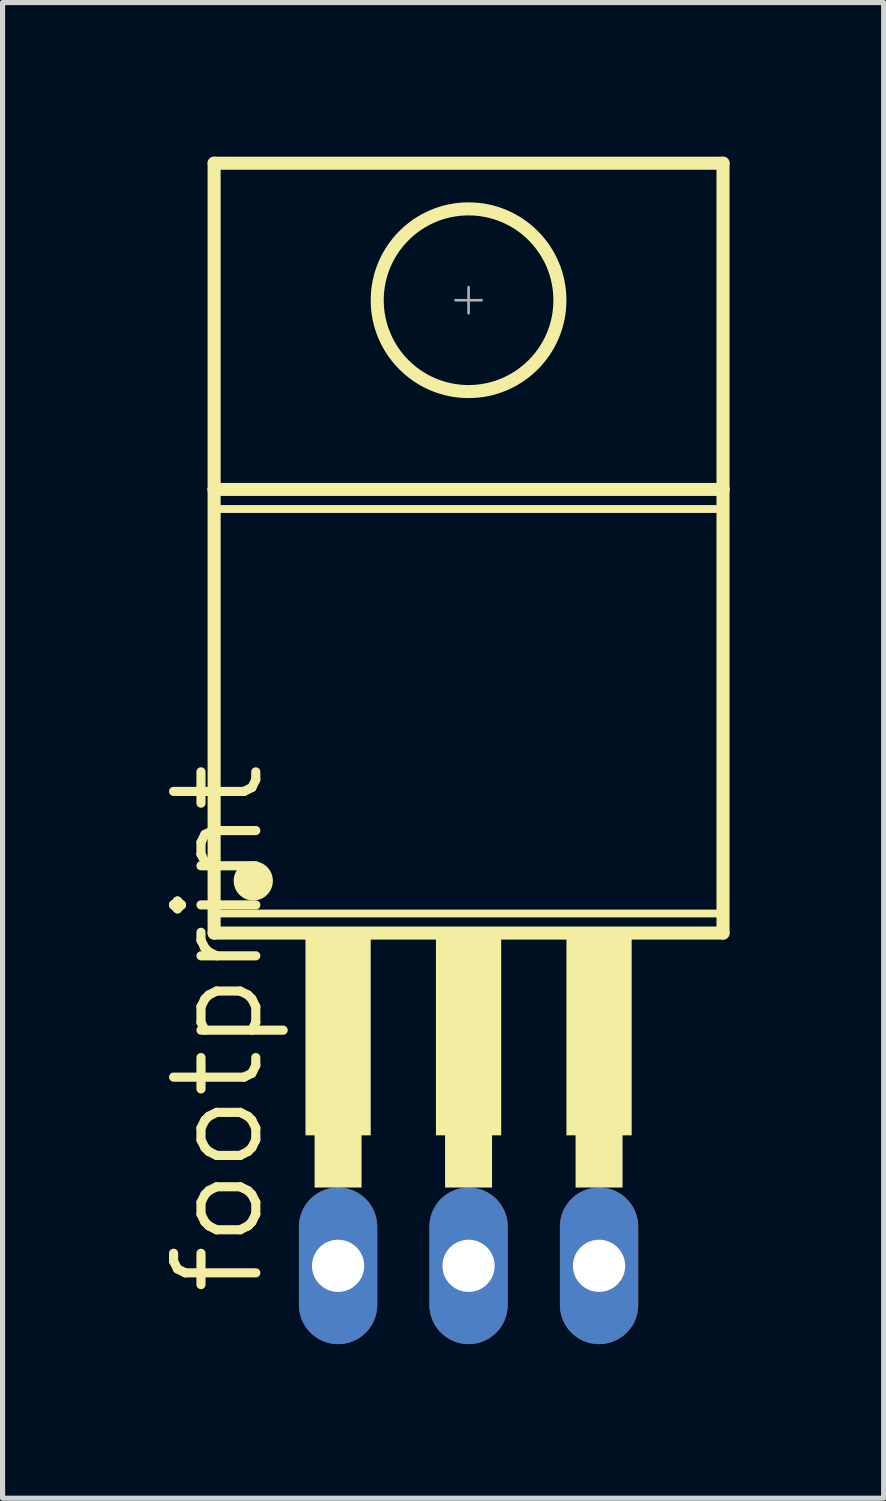
<source format=kicad_pcb>
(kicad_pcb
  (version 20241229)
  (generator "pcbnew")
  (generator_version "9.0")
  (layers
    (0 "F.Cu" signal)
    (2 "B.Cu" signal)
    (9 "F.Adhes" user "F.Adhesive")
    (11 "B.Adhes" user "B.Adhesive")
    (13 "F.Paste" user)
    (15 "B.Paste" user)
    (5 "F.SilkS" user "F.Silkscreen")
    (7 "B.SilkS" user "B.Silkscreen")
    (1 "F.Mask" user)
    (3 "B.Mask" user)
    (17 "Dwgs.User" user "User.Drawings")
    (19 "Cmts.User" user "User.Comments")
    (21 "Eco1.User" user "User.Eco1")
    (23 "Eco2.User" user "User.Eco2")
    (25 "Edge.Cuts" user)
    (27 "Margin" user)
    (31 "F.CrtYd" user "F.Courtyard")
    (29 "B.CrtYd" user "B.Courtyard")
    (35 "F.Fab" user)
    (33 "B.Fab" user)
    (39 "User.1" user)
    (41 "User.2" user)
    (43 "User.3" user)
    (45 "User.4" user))
  (footprint "footprint"
    (layer "F.Cu")
    (at 6.071 10.16)
    (property "Reference" "footprint" (at -3.937 12.065 90) (layer "F.SilkS") (effects (font (size 1.6 1.6) (thickness 0.178)) (justify left bottom)))
    (fp_line (start -4.953 -10.033) (end 4.953 -10.033) (stroke (width 0.254) (type solid)) (layer "F.SilkS"))
    (fp_line (start -4.953 -3.683) (end -4.953 -10.033) (stroke (width 0.254) (type solid)) (layer "F.SilkS"))
    (fp_line (start -4.953 -3.683) (end 4.953 -3.683) (stroke (width 0.254) (type solid)) (layer "F.SilkS"))
    (fp_line (start -4.953 4.953) (end -4.953 -3.683) (stroke (width 0.254) (type solid)) (layer "F.SilkS"))
    (fp_line (start -4.826 -3.302) (end 4.826 -3.302) (stroke (width 0.152) (type solid)) (layer "F.SilkS"))
    (fp_line (start -4.826 4.572) (end 4.826 4.572) (stroke (width 0.152) (type solid)) (layer "F.SilkS"))
    (fp_line (start 4.953 -10.033) (end 4.953 -3.683) (stroke (width 0.254) (type solid)) (layer "F.SilkS"))
    (fp_line (start 4.953 -3.683) (end 4.953 4.953) (stroke (width 0.254) (type solid)) (layer "F.SilkS"))
    (fp_line (start 4.953 4.953) (end -4.953 4.953) (stroke (width 0.254) (type solid)) (layer "F.SilkS"))
    (fp_circle (center -4.191 3.937) (end -4 3.937) (stroke (width 0.381) (type solid)) (fill yes) (layer "F.SilkS"))
    (fp_circle (center 0 -7.366) (end 1.778 -7.366) (stroke (width 0.254) (type solid)) (fill no) (layer "F.SilkS"))
    (fp_poly (pts (xy -3.175 8.89) (xy -1.905 8.89) (xy -1.905 5.029) (xy -3.175 5.029)) (stroke (width 0) (type solid)) (fill yes) (layer "F.SilkS"))
    (fp_poly (pts (xy -2.997 9.906) (xy -2.083 9.906) (xy -2.083 8.839) (xy -2.997 8.839)) (stroke (width 0) (type solid)) (fill yes) (layer "F.SilkS"))
    (fp_poly (pts (xy -0.635 8.89) (xy 0.635 8.89) (xy 0.635 5.029) (xy -0.635 5.029)) (stroke (width 0) (type solid)) (fill yes) (layer "F.SilkS"))
    (fp_poly (pts (xy -0.457 9.906) (xy 0.457 9.906) (xy 0.457 8.839) (xy -0.457 8.839)) (stroke (width 0) (type solid)) (fill yes) (layer "F.SilkS"))
    (fp_poly (pts (xy 1.905 8.89) (xy 3.175 8.89) (xy 3.175 5.029) (xy 1.905 5.029)) (stroke (width 0) (type solid)) (fill yes) (layer "F.SilkS"))
    (fp_poly (pts (xy 2.083 9.906) (xy 2.997 9.906) (xy 2.997 8.839) (xy 2.083 8.839)) (stroke (width 0) (type solid)) (fill yes) (layer "F.SilkS"))
    (fp_line (start -0.254 -7.366) (end 0.254 -7.366) (stroke (width 0.051) (type solid)) (layer "F.Fab"))
    (fp_line (start 0 -7.62) (end 0 -7.112) (stroke (width 0.051) (type solid)) (layer "F.Fab"))
    (pad "1" thru_hole oval (at -2.54 11.43 90) (size 3.048 1.524) (drill 1.016) (layers "*.Cu" "*.Mask"))
    (pad "2" thru_hole oval (at 0 11.43 90) (size 3.048 1.524) (drill 1.016) (layers "*.Cu" "*.Mask"))
    (pad "3" thru_hole oval (at 2.54 11.43 90) (size 3.048 1.524) (drill 1.016) (layers "*.Cu" "*.Mask")))
  (gr_rect
    (start -3 -3)
    (end 14.151 26.114)
    (stroke (width 0.1) (type default))
    (fill no)
    (layer "Edge.Cuts")))
</source>
